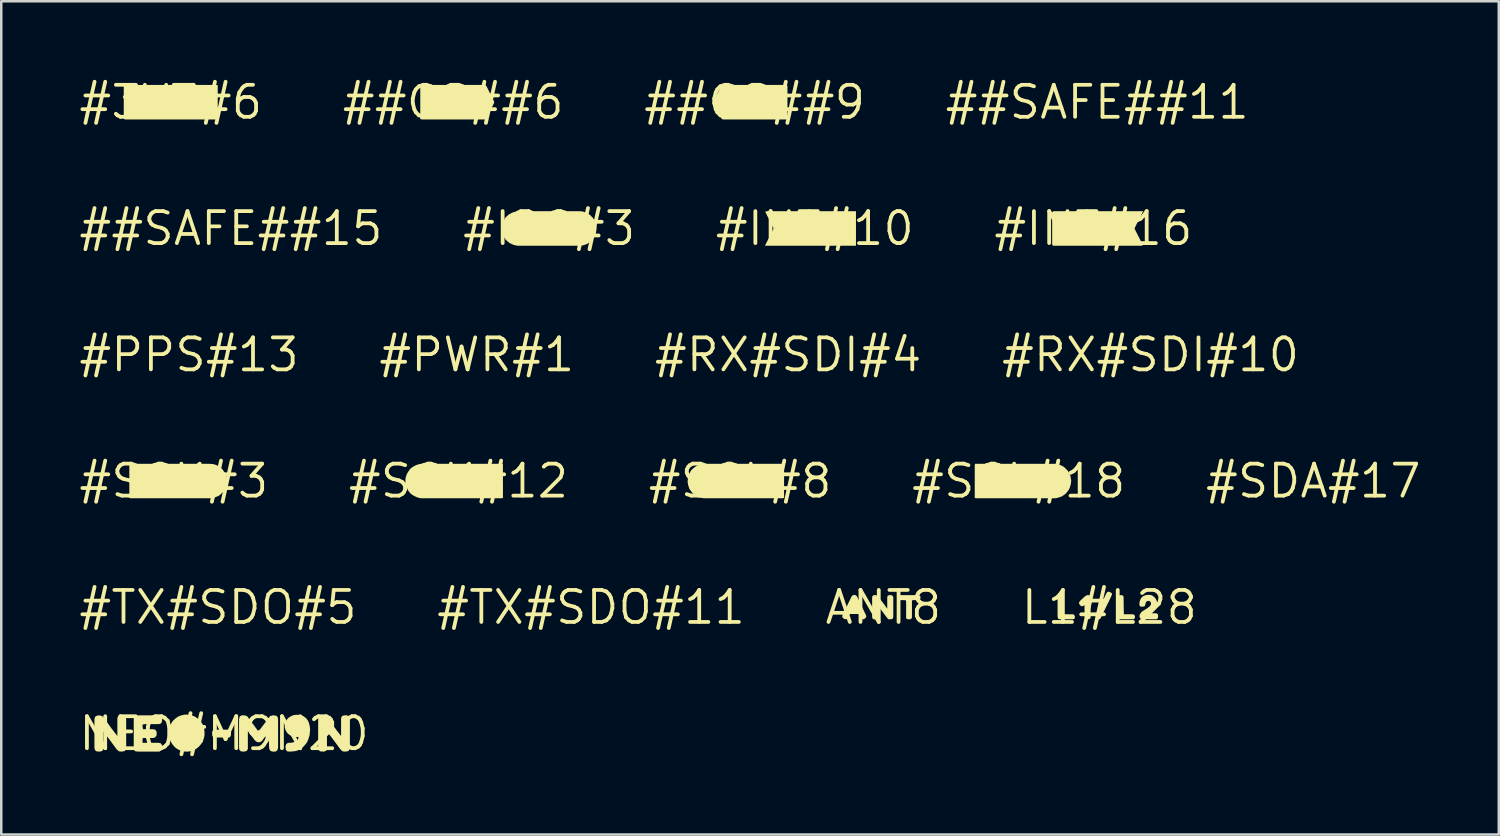
<source format=kicad_pcb>
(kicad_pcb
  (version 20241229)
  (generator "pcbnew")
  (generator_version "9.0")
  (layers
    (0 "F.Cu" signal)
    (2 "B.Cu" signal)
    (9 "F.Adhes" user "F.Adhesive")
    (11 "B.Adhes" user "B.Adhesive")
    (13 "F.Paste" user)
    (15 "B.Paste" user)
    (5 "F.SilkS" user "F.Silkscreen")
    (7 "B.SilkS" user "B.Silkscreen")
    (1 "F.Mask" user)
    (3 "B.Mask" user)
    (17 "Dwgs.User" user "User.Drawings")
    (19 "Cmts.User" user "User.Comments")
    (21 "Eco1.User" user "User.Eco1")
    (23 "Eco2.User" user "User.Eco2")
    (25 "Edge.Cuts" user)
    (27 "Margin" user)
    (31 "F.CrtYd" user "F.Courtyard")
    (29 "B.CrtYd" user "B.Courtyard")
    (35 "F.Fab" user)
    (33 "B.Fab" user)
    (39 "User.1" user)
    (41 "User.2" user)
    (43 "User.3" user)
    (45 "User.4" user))
  (footprint "#TX#SDO#5"
    (layer "F.Cu")
    (at 5.601 21.056)
    (property "Reference" "#TX#SDO#5" (at 0 0 0) (layer "F.SilkS") (effects (font (size 1.27 1.27) (thickness 0.15))))
    (fp_poly (pts (xy 2.382 0.236) (xy 2.38 0.24) (xy 2.38 0.235) (xy 2.381 0.235)) (stroke (width 0) (type default)) (fill yes) (layer "F.SilkS")))
  (footprint "#INT#16"
    (layer "F.Cu")
    (at 40.347 6.019)
    (property "Reference" "#INT#16" (at 0 0 0) (layer "F.SilkS") (effects (font (size 1.27 1.27) (thickness 0.15))))
    (fp_poly (pts (xy 1.978 -0.685) (xy 1.944 -0.618) (xy 1.635 -0.01) (xy 1.655 0.048) (xy 1.967 0.662) (xy 1.921 0.685) (xy -1.603 0.685) (xy -1.635 0.631) (xy -1.635 -0.653) (xy -1.581 -0.685)) (stroke (width 0) (type default)) (fill yes) (layer "F.SilkS")))
  (footprint "#TX#SDO#11"
    (layer "F.Cu")
    (at 20.409 21.056)
    (property "Reference" "#TX#SDO#11" (at 0 0 0) (layer "F.SilkS") (effects (font (size 1.27 1.27) (thickness 0.15))))
    (fp_poly (pts (xy 2.382 0.236) (xy 2.38 0.24) (xy 2.38 0.235) (xy 2.381 0.235)) (stroke (width 0) (type default)) (fill yes) (layer "F.SilkS")))
  (footprint "#3V3#6"
    (layer "F.Cu")
    (at 3.727 1.006)
    (property "Reference" "#3V3#6" (at 0 0 0) (layer "F.SilkS") (effects (font (size 1.27 1.27) (thickness 0.15))))
    (fp_poly (pts (xy 1.8 -0.685) (xy 1.865 -0.674) (xy 1.865 0.62) (xy 1.854 0.685) (xy -1.811 0.685) (xy -1.865 0.663) (xy -1.865 -0.631) (xy -1.843 -0.685)) (stroke (width 0) (type default)) (fill yes) (layer "F.SilkS")))
  (footprint "NEO#M9N20"
    (layer "F.Cu")
    (at 5.843 26.068)
    (property "Reference" "NEO#M9N20" (at 0 0 0) (layer "F.SilkS") (effects (font (size 1.27 1.27) (thickness 0.15))))
    (fp_poly (pts (xy 0.233 -0.134) (xy 0.275 -0.051) (xy 0.275 0.061) (xy 0.233 0.145) (xy 0.13 0.155) (xy -0.392 0.155) (xy -0.465 0.103) (xy -0.475 0) (xy -0.465 -0.103) (xy -0.381 -0.155) (xy 0.13 -0.155)) (stroke (width 0) (type default)) (fill yes) (layer "F.SilkS"))
    (fp_poly (pts (xy -4.837 -0.694) (xy -4.766 -0.623) (xy -4.466 -0.203) (xy -4.235 0.095) (xy -4.235 -0.611) (xy -4.204 -0.694) (xy -4.111 -0.725) (xy -3.999 -0.725) (xy -3.916 -0.673) (xy -3.885 -0.581) (xy -3.885 0.54) (xy -3.895 0.632) (xy -3.947 0.695) (xy -4.07 0.715) (xy -4.172 0.705) (xy -4.264 0.623) (xy -4.564 0.213) (xy -4.795 -0.085) (xy -4.795 0.601) (xy -4.826 0.684) (xy -4.919 0.715) (xy -5.062 0.705) (xy -5.125 0.653) (xy -5.145 0.561) (xy -5.145 -0.56) (xy -5.124 -0.663) (xy -5.042 -0.715) (xy -4.94 -0.725)) (stroke (width 0) (type default)) (fill yes) (layer "F.SilkS"))
    (fp_poly (pts (xy 4.043 -0.694) (xy 4.114 -0.623) (xy 4.474 -0.123) (xy 4.645 0.095) (xy 4.645 -0.611) (xy 4.676 -0.694) (xy 4.769 -0.725) (xy 4.881 -0.725) (xy 4.964 -0.673) (xy 4.995 -0.581) (xy 4.995 0.54) (xy 4.985 0.632) (xy 4.933 0.695) (xy 4.81 0.715) (xy 4.708 0.705) (xy 4.616 0.623) (xy 4.316 0.213) (xy 4.085 -0.085) (xy 4.085 0.601) (xy 4.054 0.684) (xy 3.961 0.715) (xy 3.818 0.705) (xy 3.755 0.653) (xy 3.735 0.561) (xy 3.735 -0.56) (xy 3.756 -0.663) (xy 3.838 -0.715) (xy 3.94 -0.725)) (stroke (width 0) (type default)) (fill yes) (layer "F.SilkS"))
    (fp_poly (pts (xy -2.558 -0.715) (xy -2.486 -0.673) (xy -2.455 -0.56) (xy -2.475 -0.437) (xy -2.538 -0.385) (xy -2.64 -0.375) (xy -3.149 -0.375) (xy -3.235 -0.356) (xy -3.235 -0.261) (xy -3.216 -0.175) (xy -2.809 -0.175) (xy -2.727 -0.154) (xy -2.675 -0.071) (xy -2.675 0.061) (xy -2.727 0.144) (xy -2.809 0.175) (xy -3.226 0.175) (xy -3.235 0.26) (xy -3.235 0.365) (xy -2.62 0.365) (xy -2.527 0.375) (xy -2.465 0.448) (xy -2.455 0.571) (xy -2.496 0.673) (xy -2.569 0.715) (xy -3.39 0.715) (xy -3.512 0.705) (xy -3.575 0.653) (xy -3.585 0.55) (xy -3.585 -0.581) (xy -3.564 -0.673) (xy -3.492 -0.715) (xy -3.37 -0.725) (xy -2.66 -0.725)) (stroke (width 0) (type default)) (fill yes) (layer "F.SilkS"))
    (fp_poly (pts (xy 2.062 -0.715) (xy 2.125 -0.663) (xy 2.145 -0.571) (xy 2.145 0.561) (xy 2.114 0.663) (xy 2.042 0.715) (xy 1.929 0.715) (xy 1.836 0.684) (xy 1.795 0.601) (xy 1.785 0.49) (xy 1.785 -0.104) (xy 1.554 0.223) (xy 1.503 0.294) (xy 1.411 0.345) (xy 1.308 0.335) (xy 1.226 0.274) (xy 0.957 -0.086) (xy 0.945 -0.092) (xy 0.945 0.611) (xy 0.903 0.684) (xy 0.801 0.715) (xy 0.668 0.705) (xy 0.605 0.642) (xy 0.595 0.54) (xy 0.595 -0.581) (xy 0.626 -0.683) (xy 0.699 -0.725) (xy 0.821 -0.725) (xy 0.923 -0.684) (xy 0.984 -0.603) (xy 1.342 -0.116) (xy 1.417 -0.154) (xy 1.646 -0.453) (xy 1.746 -0.593) (xy 1.827 -0.694) (xy 1.929 -0.725)) (stroke (width 0) (type default)) (fill yes) (layer "F.SilkS"))
    (fp_poly (pts (xy -1.389 -0.745) (xy -1.289 -0.725) (xy -1.198 -0.695) (xy -1.107 -0.644) (xy -1.027 -0.584) (xy -0.946 -0.503) (xy -0.886 -0.423) (xy -0.835 -0.342) (xy -0.805 -0.241) (xy -0.785 -0.151) (xy -0.775 -0.04) (xy -0.775 0.06) (xy -0.795 0.161) (xy -0.825 0.262) (xy -0.866 0.353) (xy -0.926 0.433) (xy -0.996 0.514) (xy -1.077 0.584) (xy -1.158 0.634) (xy -1.248 0.675) (xy -1.349 0.705) (xy -1.45 0.715) (xy -1.55 0.715) (xy -1.651 0.695) (xy -1.752 0.665) (xy -1.833 0.624) (xy -1.923 0.564) (xy -1.994 0.493) (xy -2.064 0.403) (xy -2.112 0.327) (xy -2.112 0.327) (xy -2.114 0.322) (xy -2.117 0.318) (xy -2.116 0.318) (xy -2.155 0.232) (xy -2.185 0.131) (xy -2.195 0.03) (xy -2.195 -0.07) (xy -2.175 -0.171) (xy -2.155 -0.271) (xy -2.115 -0.372) (xy -2.064 -0.463) (xy -2.004 -0.534) (xy -1.923 -0.604) (xy -1.843 -0.664) (xy -1.752 -0.705) (xy -1.651 -0.735) (xy -1.55 -0.755) (xy -1.49 -0.755)) (stroke (width 0) (type default)) (fill yes) (layer "F.SilkS"))
    (fp_poly (pts (xy 3.082 -0.725) (xy 3.163 -0.684) (xy 3.243 -0.624) (xy 3.304 -0.553) (xy 3.355 -0.462) (xy 3.385 -0.371) (xy 3.405 -0.271) (xy 3.415 -0.16) (xy 3.405 -0.05) (xy 3.395 0.061) (xy 3.365 0.162) (xy 3.335 0.252) (xy 3.294 0.343) (xy 3.234 0.423) (xy 3.174 0.493) (xy 3.103 0.564) (xy 3.013 0.614) (xy 2.932 0.665) (xy 2.831 0.695) (xy 2.73 0.705) (xy 2.62 0.715) (xy 2.507 0.705) (xy 2.455 0.642) (xy 2.435 0.52) (xy 2.466 0.417) (xy 2.538 0.365) (xy 2.65 0.365) (xy 2.749 0.345) (xy 2.848 0.315) (xy 2.926 0.257) (xy 2.985 0.168) (xy 3.003 0.117) (xy 2.91 0.135) (xy 2.809 0.135) (xy 2.708 0.105) (xy 2.617 0.064) (xy 2.536 0.004) (xy 2.466 -0.087) (xy 2.425 -0.178) (xy 2.405 -0.269) (xy 2.405 -0.28) (xy 2.415 -0.391) (xy 2.456 -0.482) (xy 2.506 -0.573) (xy 2.577 -0.644) (xy 2.668 -0.694) (xy 2.759 -0.735) (xy 2.86 -0.745) (xy 2.97 -0.745)) (stroke (width 0) (type default)) (fill yes) (layer "F.SilkS")))
  (footprint "#RX#SDI#10"
    (layer "F.Cu")
    (at 42.615 11.031)
    (property "Reference" "#RX#SDI#10" (at 0 0 0) (layer "F.SilkS") (effects (font (size 1.27 1.27) (thickness 0.15))))
    (fp_poly (pts (xy 1.485 0.238) (xy 1.48 0.24) (xy 1.48 0.235) (xy 1.483 0.235)) (stroke (width 0) (type default)) (fill yes) (layer "F.SilkS")))
  (footprint "##CS##6"
    (layer "F.Cu")
    (at 14.936 1.006)
    (property "Reference" "##CS##6" (at 0 0 0) (layer "F.SilkS") (effects (font (size 1.27 1.27) (thickness 0.15))))
    (fp_poly (pts (xy 1.282 -0.685) (xy 1.324 -0.633) (xy 1.625 -0.031) (xy 1.625 0.031) (xy 1.324 0.643) (xy 1.272 0.685) (xy -1.23 0.685) (xy -1.305 0.674) (xy -1.305 -0.61) (xy -1.294 -0.685)) (stroke (width 0) (type default)) (fill yes) (layer "F.SilkS")))
  (footprint "ANT8"
    (layer "F.Cu")
    (at 32.011 21.056)
    (property "Reference" "ANT8" (at 0 0 0) (layer "F.SilkS") (effects (font (size 1.27 1.27) (thickness 0.15))))
    (fp_poly (pts (xy 1.465 -0.453) (xy 1.475 -0.38) (xy 1.465 -0.317) (xy 1.401 -0.285) (xy 1.19 -0.285) (xy 1.135 -0.276) (xy 1.135 0.401) (xy 1.103 0.465) (xy 1.04 0.475) (xy 0.958 0.475) (xy 0.905 0.432) (xy 0.905 -0.248) (xy 0.877 -0.285) (xy 0.68 -0.285) (xy 0.608 -0.295) (xy 0.565 -0.338) (xy 0.555 -0.411) (xy 0.587 -0.475) (xy 0.66 -0.485) (xy 1.411 -0.485)) (stroke (width 0) (type default)) (fill yes) (layer "F.SilkS"))
    (fp_poly (pts (xy -1.077 -0.464) (xy -1.046 -0.433) (xy -0.685 0.318) (xy -0.675 0.371) (xy -0.706 0.423) (xy -0.778 0.475) (xy -0.842 0.475) (xy -0.894 0.433) (xy -0.954 0.303) (xy -0.992 0.265) (xy -1.327 0.265) (xy -1.386 0.382) (xy -1.416 0.444) (xy -1.479 0.475) (xy -1.542 0.465) (xy -1.614 0.413) (xy -1.635 0.36) (xy -1.615 0.298) (xy -1.284 -0.382) (xy -1.254 -0.443) (xy -1.202 -0.485) (xy -1.129 -0.495)) (stroke (width 0) (type default)) (fill yes) (layer "F.SilkS"))
    (fp_poly (pts (xy -0.237 -0.464) (xy -0.196 -0.413) (xy 0.014 -0.143) (xy 0.155 0.054) (xy 0.155 -0.401) (xy 0.176 -0.464) (xy 0.249 -0.485) (xy 0.321 -0.485) (xy 0.374 -0.453) (xy 0.395 -0.391) (xy 0.395 0.36) (xy 0.385 0.422) (xy 0.353 0.465) (xy 0.27 0.475) (xy 0.198 0.475) (xy 0.146 0.413) (xy -0.207 -0.058) (xy -0.215 -0.01) (xy -0.215 0.401) (xy -0.236 0.454) (xy -0.299 0.475) (xy -0.392 0.475) (xy -0.435 0.432) (xy -0.445 0.37) (xy -0.445 -0.37) (xy -0.435 -0.443) (xy -0.382 -0.485) (xy -0.309 -0.485)) (stroke (width 0) (type default)) (fill yes) (layer "F.SilkS")))
  (footprint "#SDA#17"
    (layer "F.Cu")
    (at 49.077 16.043)
    (property "Reference" "#SDA#17" (at 0 0 0) (layer "F.SilkS") (effects (font (size 1.27 1.27) (thickness 0.15))))
    (fp_poly (pts (xy -0.318 0.236) (xy -0.32 0.24) (xy -0.32 0.235) (xy -0.319 0.235)) (stroke (width 0) (type default)) (fill yes) (layer "F.SilkS")))
  (footprint "#I2C#3"
    (layer "F.Cu")
    (at 18.746 6.019)
    (property "Reference" "#I2C#3" (at 0 0 0) (layer "F.SilkS") (effects (font (size 1.27 1.27) (thickness 0.15))))
    (fp_poly (pts (xy 1.24 -0.685) (xy 1.311 -0.675) (xy 1.371 -0.665) (xy 1.442 -0.635) (xy 1.502 -0.615) (xy 1.563 -0.574) (xy 1.613 -0.544) (xy 1.664 -0.494) (xy 1.714 -0.443) (xy 1.754 -0.393) (xy 1.794 -0.333) (xy 1.825 -0.272) (xy 1.845 -0.211) (xy 1.865 -0.141) (xy 1.875 -0.081) (xy 1.885 -0.01) (xy 1.875 0.061) (xy 1.865 0.131) (xy 1.855 0.191) (xy 1.835 0.252) (xy 1.804 0.323) (xy 1.764 0.373) (xy 1.724 0.433) (xy 1.684 0.484) (xy 1.633 0.524) (xy 1.573 0.564) (xy 1.523 0.604) (xy 1.452 0.635) (xy 1.391 0.655) (xy 1.321 0.675) (xy 1.26 0.675) (xy 1.19 0.685) (xy -1.25 0.685) (xy -1.311 0.675) (xy -1.381 0.655) (xy -1.442 0.635) (xy -1.512 0.605) (xy -1.573 0.574) (xy -1.623 0.534) (xy -1.673 0.494) (xy -1.724 0.443) (xy -1.764 0.383) (xy -1.855 0.202) (xy -1.865 0.131) (xy -1.875 0.071) (xy -1.885 0) (xy -1.875 -0.071) (xy -1.865 -0.131) (xy -1.855 -0.202) (xy -1.764 -0.383) (xy -1.724 -0.443) (xy -1.673 -0.494) (xy -1.623 -0.534) (xy -1.573 -0.574) (xy -1.452 -0.635) (xy -1.381 -0.655) (xy -1.311 -0.675) (xy -1.25 -0.685)) (stroke (width 0) (type default)) (fill yes) (layer "F.SilkS")))
  (footprint "#PWR#1"
    (layer "F.Cu")
    (at 15.873 11.031)
    (property "Reference" "#PWR#1" (at 0 0 0) (layer "F.SilkS") (effects (font (size 1.27 1.27) (thickness 0.15))))
    (fp_poly (pts (xy -1.356 -0.024) (xy -1.36 -0.02) (xy -1.36 -0.025) (xy -1.358 -0.025)) (stroke (width 0) (type default)) (fill yes) (layer "F.SilkS")))
  (footprint "L1#L28"
    (layer "F.Cu")
    (at 40.982 21.056)
    (property "Reference" "L1#L28" (at 0 0 0) (layer "F.SilkS") (effects (font (size 1.27 1.27) (thickness 0.15))))
    (fp_poly (pts (xy 0.022 -0.605) (xy 0.094 -0.563) (xy 0.105 -0.509) (xy 0.075 -0.438) (xy -0.336 0.412) (xy -0.377 0.475) (xy -0.431 0.475) (xy -0.513 0.444) (xy -0.545 0.391) (xy -0.535 0.329) (xy -0.515 0.268) (xy -0.134 -0.522) (xy -0.094 -0.594) (xy -0.041 -0.625)) (stroke (width 0) (type default)) (fill yes) (layer "F.SilkS"))
    (fp_poly (pts (xy 0.555 -0.453) (xy 0.565 -0.39) (xy 0.575 0.275) (xy 0.9 0.275) (xy 0.973 0.285) (xy 1.015 0.338) (xy 1.015 0.411) (xy 0.983 0.465) (xy 0.92 0.475) (xy 0.44 0.475) (xy 0.367 0.465) (xy 0.335 0.422) (xy 0.335 -0.4) (xy 0.346 -0.453) (xy 0.409 -0.485) (xy 0.491 -0.485)) (stroke (width 0) (type default)) (fill yes) (layer "F.SilkS"))
    (fp_poly (pts (xy -1.836 -0.453) (xy -1.815 -0.391) (xy -1.815 0.275) (xy -1.48 0.275) (xy -1.407 0.285) (xy -1.375 0.338) (xy -1.365 0.411) (xy -1.397 0.465) (xy -1.47 0.475) (xy -1.94 0.475) (xy -2.023 0.465) (xy -2.045 0.422) (xy -2.055 0.35) (xy -2.055 -0.401) (xy -2.034 -0.453) (xy -1.981 -0.485) (xy -1.889 -0.485)) (stroke (width 0) (type default)) (fill yes) (layer "F.SilkS"))
    (fp_poly (pts (xy -0.755 -0.453) (xy -0.745 -0.39) (xy -0.745 0.422) (xy -0.788 0.465) (xy -0.87 0.475) (xy -0.943 0.465) (xy -0.975 0.412) (xy -0.985 0.35) (xy -0.985 -0.059) (xy -0.993 -0.083) (xy -1.059 -0.045) (xy -1.112 -0.045) (xy -1.174 -0.097) (xy -1.205 -0.159) (xy -1.195 -0.212) (xy -1.144 -0.273) (xy -0.993 -0.414) (xy -0.943 -0.454) (xy -0.881 -0.485) (xy -0.809 -0.485)) (stroke (width 0) (type default)) (fill yes) (layer "F.SilkS"))
    (fp_poly (pts (xy 1.662 -0.485) (xy 1.723 -0.454) (xy 1.773 -0.414) (xy 1.824 -0.363) (xy 1.854 -0.312) (xy 1.885 -0.252) (xy 1.895 -0.18) (xy 1.895 -0.11) (xy 1.885 -0.049) (xy 1.865 0.022) (xy 1.824 0.073) (xy 1.773 0.124) (xy 1.713 0.174) (xy 1.663 0.204) (xy 1.618 0.231) (xy 1.622 0.235) (xy 1.82 0.235) (xy 1.893 0.245) (xy 1.935 0.298) (xy 1.935 0.37) (xy 1.925 0.433) (xy 1.872 0.475) (xy 1.268 0.475) (xy 1.216 0.423) (xy 1.195 0.36) (xy 1.205 0.298) (xy 1.236 0.237) (xy 1.276 0.186) (xy 1.327 0.146) (xy 1.507 0.036) (xy 1.557 -0.004) (xy 1.606 -0.043) (xy 1.645 -0.102) (xy 1.655 -0.16) (xy 1.636 -0.217) (xy 1.578 -0.255) (xy 1.512 -0.255) (xy 1.464 -0.217) (xy 1.435 -0.158) (xy 1.425 -0.099) (xy 1.404 -0.046) (xy 1.331 -0.025) (xy 1.248 -0.025) (xy 1.195 -0.068) (xy 1.195 -0.201) (xy 1.215 -0.262) (xy 1.235 -0.322) (xy 1.276 -0.383) (xy 1.327 -0.434) (xy 1.388 -0.465) (xy 1.449 -0.485) (xy 1.52 -0.495) (xy 1.59 -0.495)) (stroke (width 0) (type default)) (fill yes) (layer "F.SilkS")))
  (footprint "#PPS#13"
    (layer "F.Cu")
    (at 4.452 11.031)
    (property "Reference" "#PPS#13" (at 0 0 0) (layer "F.SilkS") (effects (font (size 1.27 1.27) (thickness 0.15))))
    (fp_poly (pts (xy -0.136 -0.022) (xy -0.14 -0.02) (xy -0.14 -0.025) (xy -0.137 -0.025)) (stroke (width 0) (type default)) (fill yes) (layer "F.SilkS")))
  (footprint "#SCK#3"
    (layer "F.Cu")
    (at 3.848 16.043)
    (property "Reference" "#SCK#3" (at 0 0 0) (layer "F.SilkS") (effects (font (size 1.27 1.27) (thickness 0.15))))
    (fp_poly (pts (xy 1.42 -0.685) (xy 1.48 -0.675) (xy 1.551 -0.675) (xy 1.621 -0.655) (xy 1.682 -0.635) (xy 1.743 -0.604) (xy 1.803 -0.564) (xy 1.863 -0.524) (xy 1.914 -0.484) (xy 1.954 -0.433) (xy 1.994 -0.373) (xy 2.035 -0.322) (xy 2.055 -0.252) (xy 2.085 -0.192) (xy 2.095 -0.121) (xy 2.105 -0.06) (xy 2.105 0.08) (xy 2.095 0.141) (xy 2.075 0.211) (xy 2.055 0.272) (xy 2.024 0.333) (xy 1.984 0.393) (xy 1.944 0.443) (xy 1.894 0.494) (xy 1.843 0.544) (xy 1.783 0.584) (xy 1.722 0.615) (xy 1.662 0.635) (xy 1.602 0.665) (xy 1.531 0.675) (xy 1.46 0.685) (xy -1.721 0.685) (xy -1.765 0.663) (xy -1.765 -0.63) (xy -1.754 -0.685)) (stroke (width 0) (type default)) (fill yes) (layer "F.SilkS")))
  (footprint "##SAFE##11"
    (layer "F.Cu")
    (at 40.499 1.006)
    (property "Reference" "##SAFE##11" (at 0 0 0) (layer "F.SilkS") (effects (font (size 1.27 1.27) (thickness 0.15))))
    (fp_poly (pts (xy -0.52 0.2) (xy -0.525 0.2) (xy -0.525 0.195) (xy -0.52 0.195)) (stroke (width 0) (type default)) (fill yes) (layer "F.SilkS")))
  (footprint "##CS##9"
    (layer "F.Cu")
    (at 26.901 1.006)
    (property "Reference" "##CS##9" (at 0 0 0) (layer "F.SilkS") (effects (font (size 1.27 1.27) (thickness 0.15))))
    (fp_poly (pts (xy 1.283 -0.685) (xy 1.305 -0.631) (xy 1.305 0.663) (xy 1.251 0.685) (xy -1.261 0.685) (xy -1.314 0.654) (xy -1.615 0.052) (xy -1.635 -0.01) (xy -1.334 -0.623) (xy -1.293 -0.685)) (stroke (width 0) (type default)) (fill yes) (layer "F.SilkS")))
  (footprint "#SCK#12"
    (layer "F.Cu")
    (at 15.147 16.043)
    (property "Reference" "#SCK#12" (at 0 0 0) (layer "F.SilkS") (effects (font (size 1.27 1.27) (thickness 0.15))))
    (fp_poly (pts (xy 1.765 -0.685) (xy 1.765 0.674) (xy 1.71 0.685) (xy -1.47 0.685) (xy -1.541 0.675) (xy -1.611 0.655) (xy -1.672 0.635) (xy -1.793 0.574) (xy -1.853 0.534) (xy -1.904 0.494) (xy -1.944 0.443) (xy -1.994 0.383) (xy -2.024 0.322) (xy -2.055 0.262) (xy -2.075 0.201) (xy -2.095 0.131) (xy -2.105 0.07) (xy -2.105 -0.07) (xy -2.095 -0.131) (xy -2.075 -0.201) (xy -2.055 -0.262) (xy -2.024 -0.323) (xy -1.984 -0.383) (xy -1.944 -0.443) (xy -1.904 -0.494) (xy -1.853 -0.534) (xy -1.793 -0.574) (xy -1.672 -0.635) (xy -1.611 -0.655) (xy -1.541 -0.675) (xy -1.47 -0.685)) (stroke (width 0) (type default)) (fill yes) (layer "F.SilkS")))
  (footprint "#SCL#18"
    (layer "F.Cu")
    (at 37.384 16.043)
    (property "Reference" "#SCL#18" (at 0 0 0) (layer "F.SilkS") (effects (font (size 1.27 1.27) (thickness 0.15))))
    (fp_poly (pts (xy 1.45 -0.685) (xy 1.521 -0.675) (xy 1.581 -0.655) (xy 1.652 -0.635) (xy 1.773 -0.574) (xy 1.823 -0.534) (xy 1.874 -0.484) (xy 1.924 -0.433) (xy 1.964 -0.383) (xy 2.055 -0.202) (xy 2.065 -0.131) (xy 2.075 -0.071) (xy 2.085 0) (xy 2.075 0.071) (xy 2.065 0.141) (xy 2.045 0.201) (xy 2.025 0.272) (xy 1.994 0.332) (xy 1.964 0.383) (xy 1.914 0.443) (xy 1.874 0.494) (xy 1.823 0.534) (xy 1.702 0.615) (xy 1.642 0.635) (xy 1.581 0.655) (xy 1.511 0.675) (xy 1.44 0.685) (xy -1.67 0.685) (xy -1.745 0.674) (xy -1.745 -0.62) (xy -1.734 -0.685)) (stroke (width 0) (type default)) (fill yes) (layer "F.SilkS")))
  (footprint "##SAFE##15"
    (layer "F.Cu")
    (at 6.115 6.019)
    (property "Reference" "##SAFE##15" (at 0 0 0) (layer "F.SilkS") (effects (font (size 1.27 1.27) (thickness 0.15))))
    (fp_poly (pts (xy -0.52 0.2) (xy -0.525 0.2) (xy -0.525 0.195) (xy -0.52 0.195)) (stroke (width 0) (type default)) (fill yes) (layer "F.SilkS")))
  (footprint "#RX#SDI#4"
    (layer "F.Cu")
    (at 28.231 11.031)
    (property "Reference" "#RX#SDI#4" (at 0 0 0) (layer "F.SilkS") (effects (font (size 1.27 1.27) (thickness 0.15))))
    (fp_poly (pts (xy 1.485 0.238) (xy 1.48 0.24) (xy 1.48 0.235) (xy 1.483 0.235)) (stroke (width 0) (type default)) (fill yes) (layer "F.SilkS")))
  (footprint "#SCL#8"
    (layer "F.Cu")
    (at 26.326 16.043)
    (property "Reference" "#SCL#8" (at 0 0 0) (layer "F.SilkS") (effects (font (size 1.27 1.27) (thickness 0.15))))
    (fp_poly (pts (xy -1.397 -0.685) (xy 1.723 -0.685) (xy 1.745 -0.631) (xy 1.745 0.663) (xy 1.691 0.685) (xy -1.43 0.685) (xy -1.501 0.675) (xy -1.571 0.665) (xy -1.632 0.645) (xy -1.753 0.584) (xy -1.813 0.544) (xy -1.863 0.504) (xy -1.914 0.453) (xy -1.954 0.393) (xy -1.994 0.343) (xy -2.025 0.282) (xy -2.045 0.211) (xy -2.065 0.151) (xy -2.075 0.081) (xy -2.085 0.01) (xy -2.075 -0.05) (xy -2.075 -0.121) (xy -2.055 -0.191) (xy -2.035 -0.252) (xy -1.974 -0.373) (xy -1.934 -0.433) (xy -1.883 -0.484) (xy -1.833 -0.524) (xy -1.783 -0.564) (xy -1.723 -0.604) (xy -1.662 -0.635) (xy -1.591 -0.655) (xy -1.531 -0.675) (xy -1.46 -0.675) (xy -1.408 -0.684) (xy -1.409 -0.685) (xy -1.4 -0.685) (xy -1.398 -0.685)) (stroke (width 0) (type default)) (fill yes) (layer "F.SilkS")))
  (footprint "#INT#10"
    (layer "F.Cu")
    (at 29.29 6.019)
    (property "Reference" "#INT#10" (at 0 0 0) (layer "F.SilkS") (effects (font (size 1.27 1.27) (thickness 0.15))))
    (fp_poly (pts (xy 1.635 -0.685) (xy 1.635 0.685) (xy -1.978 0.685) (xy -1.635 0.01) (xy -1.655 -0.048) (xy -1.967 -0.662) (xy -1.921 -0.685)) (stroke (width 0) (type default)) (fill yes) (layer "F.SilkS")))
  (gr_rect
    (start -3 -3)
    (end 56.439 30.074)
    (stroke (width 0.1) (type default))
    (fill no)
    (layer "Edge.Cuts")))
</source>
